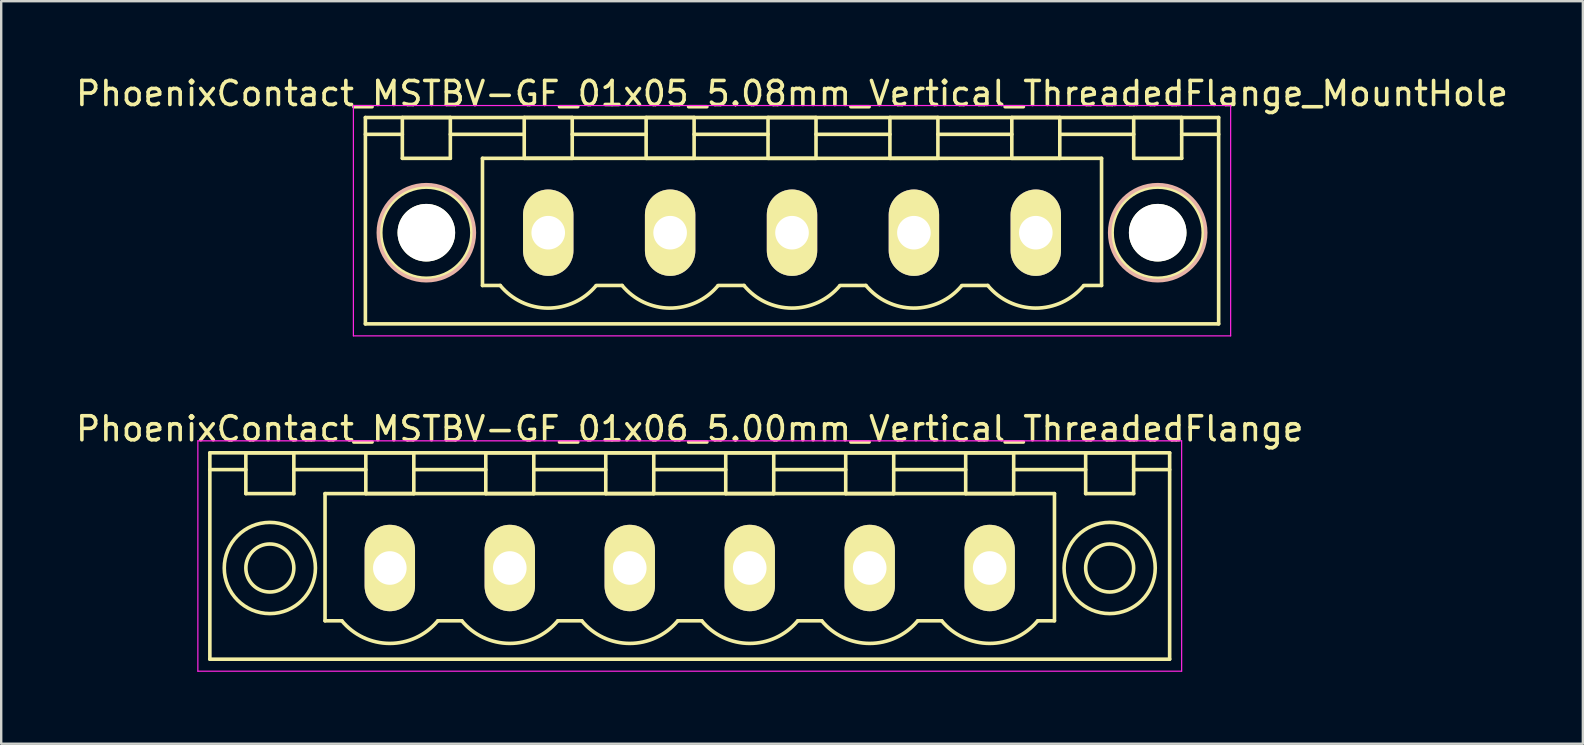
<source format=kicad_pcb>
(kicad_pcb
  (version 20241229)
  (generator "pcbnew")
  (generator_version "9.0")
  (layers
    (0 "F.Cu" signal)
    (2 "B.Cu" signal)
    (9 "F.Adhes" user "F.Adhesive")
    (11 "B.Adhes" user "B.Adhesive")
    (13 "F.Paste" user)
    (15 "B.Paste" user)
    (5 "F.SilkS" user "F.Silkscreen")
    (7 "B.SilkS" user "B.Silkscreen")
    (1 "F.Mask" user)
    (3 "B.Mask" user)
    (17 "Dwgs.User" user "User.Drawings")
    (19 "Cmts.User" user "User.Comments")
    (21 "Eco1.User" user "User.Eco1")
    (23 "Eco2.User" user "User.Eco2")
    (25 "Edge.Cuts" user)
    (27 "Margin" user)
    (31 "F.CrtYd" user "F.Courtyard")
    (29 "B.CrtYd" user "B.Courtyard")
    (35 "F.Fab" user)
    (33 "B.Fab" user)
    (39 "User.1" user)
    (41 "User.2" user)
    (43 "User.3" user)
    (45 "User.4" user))
  (footprint "PhoenixContact_MSTBV-GF_01x05_5.08mm_Vertical_ThreadedFlange_MountHole"
    (layer "F.Cu")
    (at 19.798 6.648)
    (property "Reference" "PhoenixContact_MSTBV-GF_01x05_5.08mm_Vertical_ThreadedFlange_MountHole" (at 10.16 -5.8 0) (layer "F.SilkS") (effects (font (size 1 1) (thickness 0.15))))
    (attr through_hole)
    (fp_line (start -7.62 -4.8) (end -7.62 3.8) (stroke (width 0.15) (type solid)) (layer "F.SilkS"))
    (fp_line (start -7.62 -4.1) (end -6.08 -4.1) (stroke (width 0.15) (type solid)) (layer "F.SilkS"))
    (fp_line (start -7.62 3.8) (end 27.94 3.8) (stroke (width 0.15) (type solid)) (layer "F.SilkS"))
    (fp_line (start -6.08 -4.8) (end -4.08 -4.8) (stroke (width 0.15) (type solid)) (layer "F.SilkS"))
    (fp_line (start -6.08 -3.1) (end -6.08 -4.8) (stroke (width 0.15) (type solid)) (layer "F.SilkS"))
    (fp_line (start -4.08 -4.8) (end -4.08 -3.1) (stroke (width 0.15) (type solid)) (layer "F.SilkS"))
    (fp_line (start -4.08 -4.1) (end -1 -4.1) (stroke (width 0.15) (type solid)) (layer "F.SilkS"))
    (fp_line (start -4.08 -3.1) (end -6.08 -3.1) (stroke (width 0.15) (type solid)) (layer "F.SilkS"))
    (fp_line (start -2.74 -3.1) (end 23.06 -3.1) (stroke (width 0.15) (type solid)) (layer "F.SilkS"))
    (fp_line (start -2.74 2.2) (end -2.74 -3.1) (stroke (width 0.15) (type solid)) (layer "F.SilkS"))
    (fp_line (start -2 2.2) (end -2.74 2.2) (stroke (width 0.15) (type solid)) (layer "F.SilkS"))
    (fp_line (start -1 -4.8) (end 1 -4.8) (stroke (width 0.15) (type solid)) (layer "F.SilkS"))
    (fp_line (start -1 -3.1) (end -1 -4.8) (stroke (width 0.15) (type solid)) (layer "F.SilkS"))
    (fp_line (start 1 -4.8) (end 1 -3.1) (stroke (width 0.15) (type solid)) (layer "F.SilkS"))
    (fp_line (start 1 -4.1) (end 4.08 -4.1) (stroke (width 0.15) (type solid)) (layer "F.SilkS"))
    (fp_line (start 1 -3.1) (end -1 -3.1) (stroke (width 0.15) (type solid)) (layer "F.SilkS"))
    (fp_line (start 2 2.2) (end 3.08 2.2) (stroke (width 0.15) (type solid)) (layer "F.SilkS"))
    (fp_line (start 4.08 -4.8) (end 6.08 -4.8) (stroke (width 0.15) (type solid)) (layer "F.SilkS"))
    (fp_line (start 4.08 -3.1) (end 4.08 -4.8) (stroke (width 0.15) (type solid)) (layer "F.SilkS"))
    (fp_line (start 6.08 -4.8) (end 6.08 -3.1) (stroke (width 0.15) (type solid)) (layer "F.SilkS"))
    (fp_line (start 6.08 -4.1) (end 9.16 -4.1) (stroke (width 0.15) (type solid)) (layer "F.SilkS"))
    (fp_line (start 6.08 -3.1) (end 4.08 -3.1) (stroke (width 0.15) (type solid)) (layer "F.SilkS"))
    (fp_line (start 7.08 2.2) (end 8.16 2.2) (stroke (width 0.15) (type solid)) (layer "F.SilkS"))
    (fp_line (start 9.16 -4.8) (end 11.16 -4.8) (stroke (width 0.15) (type solid)) (layer "F.SilkS"))
    (fp_line (start 9.16 -3.1) (end 9.16 -4.8) (stroke (width 0.15) (type solid)) (layer "F.SilkS"))
    (fp_line (start 11.16 -4.8) (end 11.16 -3.1) (stroke (width 0.15) (type solid)) (layer "F.SilkS"))
    (fp_line (start 11.16 -4.1) (end 14.24 -4.1) (stroke (width 0.15) (type solid)) (layer "F.SilkS"))
    (fp_line (start 11.16 -3.1) (end 9.16 -3.1) (stroke (width 0.15) (type solid)) (layer "F.SilkS"))
    (fp_line (start 12.16 2.2) (end 13.24 2.2) (stroke (width 0.15) (type solid)) (layer "F.SilkS"))
    (fp_line (start 14.24 -4.8) (end 16.24 -4.8) (stroke (width 0.15) (type solid)) (layer "F.SilkS"))
    (fp_line (start 14.24 -3.1) (end 14.24 -4.8) (stroke (width 0.15) (type solid)) (layer "F.SilkS"))
    (fp_line (start 16.24 -4.8) (end 16.24 -3.1) (stroke (width 0.15) (type solid)) (layer "F.SilkS"))
    (fp_line (start 16.24 -4.1) (end 19.32 -4.1) (stroke (width 0.15) (type solid)) (layer "F.SilkS"))
    (fp_line (start 16.24 -3.1) (end 14.24 -3.1) (stroke (width 0.15) (type solid)) (layer "F.SilkS"))
    (fp_line (start 17.24 2.2) (end 18.32 2.2) (stroke (width 0.15) (type solid)) (layer "F.SilkS"))
    (fp_line (start 19.32 -4.8) (end 21.32 -4.8) (stroke (width 0.15) (type solid)) (layer "F.SilkS"))
    (fp_line (start 19.32 -3.1) (end 19.32 -4.8) (stroke (width 0.15) (type solid)) (layer "F.SilkS"))
    (fp_line (start 21.32 -4.8) (end 21.32 -3.1) (stroke (width 0.15) (type solid)) (layer "F.SilkS"))
    (fp_line (start 21.32 -4.1) (end 24.4 -4.1) (stroke (width 0.15) (type solid)) (layer "F.SilkS"))
    (fp_line (start 21.32 -3.1) (end 19.32 -3.1) (stroke (width 0.15) (type solid)) (layer "F.SilkS"))
    (fp_line (start 23.06 -3.1) (end 23.06 2.2) (stroke (width 0.15) (type solid)) (layer "F.SilkS"))
    (fp_line (start 23.06 2.2) (end 22.32 2.2) (stroke (width 0.15) (type solid)) (layer "F.SilkS"))
    (fp_line (start 24.4 -4.8) (end 26.4 -4.8) (stroke (width 0.15) (type solid)) (layer "F.SilkS"))
    (fp_line (start 24.4 -3.1) (end 24.4 -4.8) (stroke (width 0.15) (type solid)) (layer "F.SilkS"))
    (fp_line (start 26.4 -4.8) (end 26.4 -3.1) (stroke (width 0.15) (type solid)) (layer "F.SilkS"))
    (fp_line (start 26.4 -3.1) (end 24.4 -3.1) (stroke (width 0.15) (type solid)) (layer "F.SilkS"))
    (fp_line (start 27.94 -4.8) (end -7.62 -4.8) (stroke (width 0.15) (type solid)) (layer "F.SilkS"))
    (fp_line (start 27.94 -4.1) (end 26.4 -4.1) (stroke (width 0.15) (type solid)) (layer "F.SilkS"))
    (fp_line (start 27.94 3.8) (end 27.94 -4.8) (stroke (width 0.15) (type solid)) (layer "F.SilkS"))
    (fp_arc (start 1.986842 2.215821) (mid -0.010289 3.142758) (end -2 2.2) (stroke (width 0.15) (type solid)) (layer "F.SilkS"))
    (fp_arc (start 7.066842 2.215821) (mid 5.069711 3.142758) (end 3.08 2.2) (stroke (width 0.15) (type solid)) (layer "F.SilkS"))
    (fp_arc (start 12.146842 2.215821) (mid 10.149711 3.142758) (end 8.16 2.2) (stroke (width 0.15) (type solid)) (layer "F.SilkS"))
    (fp_arc (start 17.226842 2.215821) (mid 15.229711 3.142758) (end 13.24 2.2) (stroke (width 0.15) (type solid)) (layer "F.SilkS"))
    (fp_arc (start 22.306842 2.215821) (mid 20.309711 3.142758) (end 18.32 2.2) (stroke (width 0.15) (type solid)) (layer "F.SilkS"))
    (fp_circle (center -5.08 0) (end -4.08 0) (stroke (width 0.15) (type solid)) (fill no) (layer "F.SilkS"))
    (fp_circle (center -5.08 0) (end -3.18 0) (stroke (width 0.15) (type solid)) (fill no) (layer "F.SilkS"))
    (fp_circle (center 25.4 0) (end 26.4 0) (stroke (width 0.15) (type solid)) (fill no) (layer "F.SilkS"))
    (fp_circle (center 25.4 0) (end 27.3 0) (stroke (width 0.15) (type solid)) (fill no) (layer "F.SilkS"))
    (fp_circle (center -5.08 0) (end -3.08 0) (stroke (width 0.15) (type solid)) (fill no) (layer "B.SilkS"))
    (fp_circle (center 25.4 0) (end 27.4 0) (stroke (width 0.15) (type solid)) (fill no) (layer "B.SilkS"))
    (fp_line (start -8.12 -5.3) (end -8.12 4.3) (stroke (width 0.05) (type solid)) (layer "F.CrtYd"))
    (fp_line (start -8.12 4.3) (end 28.44 4.3) (stroke (width 0.05) (type solid)) (layer "F.CrtYd"))
    (fp_line (start 28.44 -5.3) (end -8.12 -5.3) (stroke (width 0.05) (type solid)) (layer "F.CrtYd"))
    (fp_line (start 28.44 4.3) (end 28.44 -5.3) (stroke (width 0.05) (type solid)) (layer "F.CrtYd"))
    (pad "" np_thru_hole circle (at -5.08 0) (size 2.4 2.4) (drill 2.4) (layers "*.Cu" "*.Mask" "F.SilkS"))
    (pad "" np_thru_hole circle (at 25.4 0) (size 2.4 2.4) (drill 2.4) (layers "*.Cu" "*.Mask" "F.SilkS"))
    (pad "1" thru_hole oval (at 0 0) (size 2.1 3.6) (drill 1.4) (layers "*.Cu" "*.Mask" "F.SilkS"))
    (pad "2" thru_hole oval (at 5.08 0) (size 2.1 3.6) (drill 1.4) (layers "*.Cu" "*.Mask" "F.SilkS"))
    (pad "3" thru_hole oval (at 10.16 0) (size 2.1 3.6) (drill 1.4) (layers "*.Cu" "*.Mask" "F.SilkS"))
    (pad "4" thru_hole oval (at 15.24 0) (size 2.1 3.6) (drill 1.4) (layers "*.Cu" "*.Mask" "F.SilkS"))
    (pad "5" thru_hole oval (at 20.32 0) (size 2.1 3.6) (drill 1.4) (layers "*.Cu" "*.Mask" "F.SilkS")))
  (footprint "PhoenixContact_MSTBV-GF_01x06_5.00mm_Vertical_ThreadedFlange"
    (layer "F.Cu")
    (at 13.196 20.622)
    (property "Reference" "PhoenixContact_MSTBV-GF_01x06_5.00mm_Vertical_ThreadedFlange" (at 12.5 -5.8 0) (layer "F.SilkS") (effects (font (size 1 1) (thickness 0.15))))
    (attr through_hole)
    (fp_line (start -7.5 -4.8) (end -7.5 3.8) (stroke (width 0.15) (type solid)) (layer "F.SilkS"))
    (fp_line (start -7.5 -4.1) (end -6 -4.1) (stroke (width 0.15) (type solid)) (layer "F.SilkS"))
    (fp_line (start -7.5 3.8) (end 32.5 3.8) (stroke (width 0.15) (type solid)) (layer "F.SilkS"))
    (fp_line (start -6 -4.8) (end -4 -4.8) (stroke (width 0.15) (type solid)) (layer "F.SilkS"))
    (fp_line (start -6 -3.1) (end -6 -4.8) (stroke (width 0.15) (type solid)) (layer "F.SilkS"))
    (fp_line (start -4 -4.8) (end -4 -3.1) (stroke (width 0.15) (type solid)) (layer "F.SilkS"))
    (fp_line (start -4 -4.1) (end -1 -4.1) (stroke (width 0.15) (type solid)) (layer "F.SilkS"))
    (fp_line (start -4 -3.1) (end -6 -3.1) (stroke (width 0.15) (type solid)) (layer "F.SilkS"))
    (fp_line (start -2.7 -3.1) (end 27.7 -3.1) (stroke (width 0.15) (type solid)) (layer "F.SilkS"))
    (fp_line (start -2.7 2.2) (end -2.7 -3.1) (stroke (width 0.15) (type solid)) (layer "F.SilkS"))
    (fp_line (start -2 2.2) (end -2.7 2.2) (stroke (width 0.15) (type solid)) (layer "F.SilkS"))
    (fp_line (start -1 -4.8) (end 1 -4.8) (stroke (width 0.15) (type solid)) (layer "F.SilkS"))
    (fp_line (start -1 -3.1) (end -1 -4.8) (stroke (width 0.15) (type solid)) (layer "F.SilkS"))
    (fp_line (start 1 -4.8) (end 1 -3.1) (stroke (width 0.15) (type solid)) (layer "F.SilkS"))
    (fp_line (start 1 -4.1) (end 4 -4.1) (stroke (width 0.15) (type solid)) (layer "F.SilkS"))
    (fp_line (start 1 -3.1) (end -1 -3.1) (stroke (width 0.15) (type solid)) (layer "F.SilkS"))
    (fp_line (start 2 2.2) (end 3 2.2) (stroke (width 0.15) (type solid)) (layer "F.SilkS"))
    (fp_line (start 4 -4.8) (end 6 -4.8) (stroke (width 0.15) (type solid)) (layer "F.SilkS"))
    (fp_line (start 4 -3.1) (end 4 -4.8) (stroke (width 0.15) (type solid)) (layer "F.SilkS"))
    (fp_line (start 6 -4.8) (end 6 -3.1) (stroke (width 0.15) (type solid)) (layer "F.SilkS"))
    (fp_line (start 6 -4.1) (end 9 -4.1) (stroke (width 0.15) (type solid)) (layer "F.SilkS"))
    (fp_line (start 6 -3.1) (end 4 -3.1) (stroke (width 0.15) (type solid)) (layer "F.SilkS"))
    (fp_line (start 7 2.2) (end 8 2.2) (stroke (width 0.15) (type solid)) (layer "F.SilkS"))
    (fp_line (start 9 -4.8) (end 11 -4.8) (stroke (width 0.15) (type solid)) (layer "F.SilkS"))
    (fp_line (start 9 -3.1) (end 9 -4.8) (stroke (width 0.15) (type solid)) (layer "F.SilkS"))
    (fp_line (start 11 -4.8) (end 11 -3.1) (stroke (width 0.15) (type solid)) (layer "F.SilkS"))
    (fp_line (start 11 -4.1) (end 14 -4.1) (stroke (width 0.15) (type solid)) (layer "F.SilkS"))
    (fp_line (start 11 -3.1) (end 9 -3.1) (stroke (width 0.15) (type solid)) (layer "F.SilkS"))
    (fp_line (start 12 2.2) (end 13 2.2) (stroke (width 0.15) (type solid)) (layer "F.SilkS"))
    (fp_line (start 14 -4.8) (end 16 -4.8) (stroke (width 0.15) (type solid)) (layer "F.SilkS"))
    (fp_line (start 14 -3.1) (end 14 -4.8) (stroke (width 0.15) (type solid)) (layer "F.SilkS"))
    (fp_line (start 16 -4.8) (end 16 -3.1) (stroke (width 0.15) (type solid)) (layer "F.SilkS"))
    (fp_line (start 16 -4.1) (end 19 -4.1) (stroke (width 0.15) (type solid)) (layer "F.SilkS"))
    (fp_line (start 16 -3.1) (end 14 -3.1) (stroke (width 0.15) (type solid)) (layer "F.SilkS"))
    (fp_line (start 17 2.2) (end 18 2.2) (stroke (width 0.15) (type solid)) (layer "F.SilkS"))
    (fp_line (start 19 -4.8) (end 21 -4.8) (stroke (width 0.15) (type solid)) (layer "F.SilkS"))
    (fp_line (start 19 -3.1) (end 19 -4.8) (stroke (width 0.15) (type solid)) (layer "F.SilkS"))
    (fp_line (start 21 -4.8) (end 21 -3.1) (stroke (width 0.15) (type solid)) (layer "F.SilkS"))
    (fp_line (start 21 -4.1) (end 24 -4.1) (stroke (width 0.15) (type solid)) (layer "F.SilkS"))
    (fp_line (start 21 -3.1) (end 19 -3.1) (stroke (width 0.15) (type solid)) (layer "F.SilkS"))
    (fp_line (start 22 2.2) (end 23 2.2) (stroke (width 0.15) (type solid)) (layer "F.SilkS"))
    (fp_line (start 24 -4.8) (end 26 -4.8) (stroke (width 0.15) (type solid)) (layer "F.SilkS"))
    (fp_line (start 24 -3.1) (end 24 -4.8) (stroke (width 0.15) (type solid)) (layer "F.SilkS"))
    (fp_line (start 26 -4.8) (end 26 -3.1) (stroke (width 0.15) (type solid)) (layer "F.SilkS"))
    (fp_line (start 26 -4.1) (end 29 -4.1) (stroke (width 0.15) (type solid)) (layer "F.SilkS"))
    (fp_line (start 26 -3.1) (end 24 -3.1) (stroke (width 0.15) (type solid)) (layer "F.SilkS"))
    (fp_line (start 27.7 -3.1) (end 27.7 2.2) (stroke (width 0.15) (type solid)) (layer "F.SilkS"))
    (fp_line (start 27.7 2.2) (end 27 2.2) (stroke (width 0.15) (type solid)) (layer "F.SilkS"))
    (fp_line (start 29 -4.8) (end 31 -4.8) (stroke (width 0.15) (type solid)) (layer "F.SilkS"))
    (fp_line (start 29 -3.1) (end 29 -4.8) (stroke (width 0.15) (type solid)) (layer "F.SilkS"))
    (fp_line (start 31 -4.8) (end 31 -3.1) (stroke (width 0.15) (type solid)) (layer "F.SilkS"))
    (fp_line (start 31 -3.1) (end 29 -3.1) (stroke (width 0.15) (type solid)) (layer "F.SilkS"))
    (fp_line (start 32.5 -4.8) (end -7.5 -4.8) (stroke (width 0.15) (type solid)) (layer "F.SilkS"))
    (fp_line (start 32.5 -4.1) (end 31 -4.1) (stroke (width 0.15) (type solid)) (layer "F.SilkS"))
    (fp_line (start 32.5 3.8) (end 32.5 -4.8) (stroke (width 0.15) (type solid)) (layer "F.SilkS"))
    (fp_arc (start 1.986842 2.215821) (mid -0.010289 3.142758) (end -2 2.2) (stroke (width 0.15) (type solid)) (layer "F.SilkS"))
    (fp_arc (start 6.986842 2.215821) (mid 4.989711 3.142758) (end 3 2.2) (stroke (width 0.15) (type solid)) (layer "F.SilkS"))
    (fp_arc (start 11.986842 2.215821) (mid 9.989711 3.142758) (end 8 2.2) (stroke (width 0.15) (type solid)) (layer "F.SilkS"))
    (fp_arc (start 16.986842 2.215821) (mid 14.989711 3.142758) (end 13 2.2) (stroke (width 0.15) (type solid)) (layer "F.SilkS"))
    (fp_arc (start 21.986842 2.215821) (mid 19.989711 3.142758) (end 18 2.2) (stroke (width 0.15) (type solid)) (layer "F.SilkS"))
    (fp_arc (start 26.986842 2.215821) (mid 24.989711 3.142758) (end 23 2.2) (stroke (width 0.15) (type solid)) (layer "F.SilkS"))
    (fp_circle (center -5 0) (end -4 0) (stroke (width 0.15) (type solid)) (fill no) (layer "F.SilkS"))
    (fp_circle (center -5 0) (end -3.1 0) (stroke (width 0.15) (type solid)) (fill no) (layer "F.SilkS"))
    (fp_circle (center 30 0) (end 31 0) (stroke (width 0.15) (type solid)) (fill no) (layer "F.SilkS"))
    (fp_circle (center 30 0) (end 31.9 0) (stroke (width 0.15) (type solid)) (fill no) (layer "F.SilkS"))
    (fp_line (start -8 -5.3) (end -8 4.3) (stroke (width 0.05) (type solid)) (layer "F.CrtYd"))
    (fp_line (start -8 4.3) (end 33 4.3) (stroke (width 0.05) (type solid)) (layer "F.CrtYd"))
    (fp_line (start 33 -5.3) (end -8 -5.3) (stroke (width 0.05) (type solid)) (layer "F.CrtYd"))
    (fp_line (start 33 4.3) (end 33 -5.3) (stroke (width 0.05) (type solid)) (layer "F.CrtYd"))
    (pad "1" thru_hole oval (at 0 0) (size 2.1 3.6) (drill 1.4) (layers "*.Cu" "*.Mask" "F.SilkS"))
    (pad "2" thru_hole oval (at 5 0) (size 2.1 3.6) (drill 1.4) (layers "*.Cu" "*.Mask" "F.SilkS"))
    (pad "3" thru_hole oval (at 10 0) (size 2.1 3.6) (drill 1.4) (layers "*.Cu" "*.Mask" "F.SilkS"))
    (pad "4" thru_hole oval (at 15 0) (size 2.1 3.6) (drill 1.4) (layers "*.Cu" "*.Mask" "F.SilkS"))
    (pad "5" thru_hole oval (at 20 0) (size 2.1 3.6) (drill 1.4) (layers "*.Cu" "*.Mask" "F.SilkS"))
    (pad "6" thru_hole oval (at 25 0) (size 2.1 3.6) (drill 1.4) (layers "*.Cu" "*.Mask" "F.SilkS")))
  (gr_rect
    (start -3 -3)
    (end 62.917 27.947)
    (stroke (width 0.1) (type default))
    (fill no)
    (layer "Edge.Cuts")))
</source>
